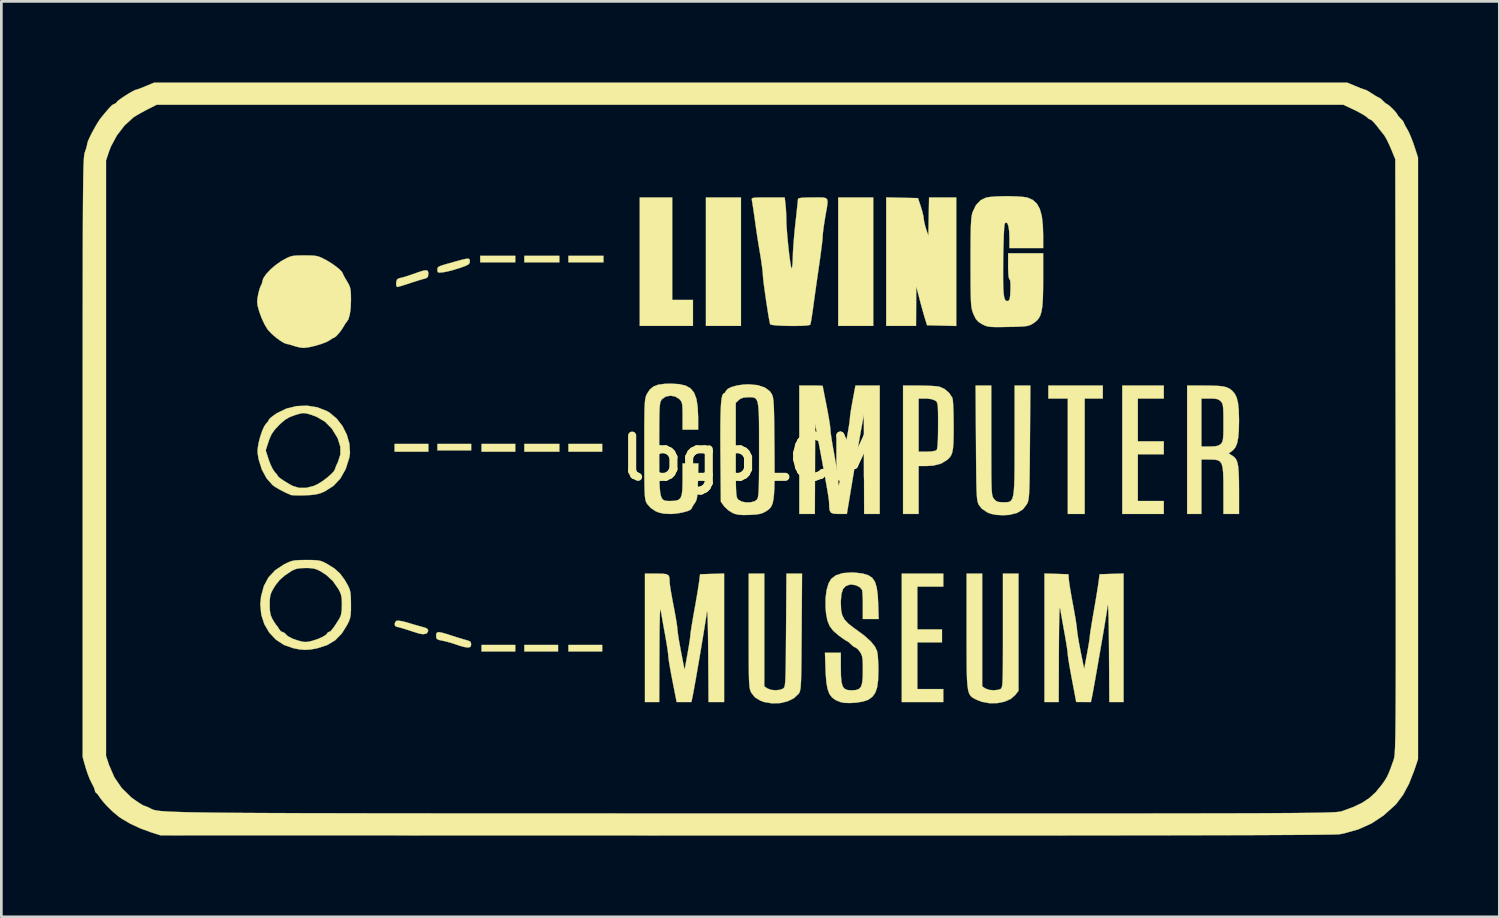
<source format=kicad_pcb>
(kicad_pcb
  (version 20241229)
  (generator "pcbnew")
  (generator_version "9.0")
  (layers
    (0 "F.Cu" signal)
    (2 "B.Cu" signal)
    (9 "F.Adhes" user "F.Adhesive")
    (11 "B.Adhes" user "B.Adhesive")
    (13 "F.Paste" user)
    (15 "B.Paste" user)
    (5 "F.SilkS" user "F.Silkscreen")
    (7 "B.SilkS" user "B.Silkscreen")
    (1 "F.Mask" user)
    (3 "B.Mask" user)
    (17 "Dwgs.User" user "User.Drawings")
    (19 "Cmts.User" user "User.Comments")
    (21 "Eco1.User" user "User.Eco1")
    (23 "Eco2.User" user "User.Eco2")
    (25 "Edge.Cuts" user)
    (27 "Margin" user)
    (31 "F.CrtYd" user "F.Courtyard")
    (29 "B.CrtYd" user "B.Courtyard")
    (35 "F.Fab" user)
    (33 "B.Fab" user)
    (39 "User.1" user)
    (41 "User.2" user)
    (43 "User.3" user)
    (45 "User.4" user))
  (footprint "logoLCM"
    (layer "F.Cu")
    (at 24.662 13.879)
    (property "Reference" "logoLCM" (at 0 0 0) (layer "F.SilkS") (effects (font (size 1.524 1.524) (thickness 0.3))))
    (attr through_hole)
    (fp_poly (pts (xy -11.885 -0.24) (xy -13.131 -0.24) (xy -13.131 -0.527) (xy -11.885 -0.527) (xy -11.885 -0.24)) (stroke (width 0.01) (type solid)) (fill yes) (layer "F.SilkS"))
    (fp_poly (pts (xy -10.304 -0.288) (xy -11.55 -0.288) (xy -11.55 -0.527) (xy -10.304 -0.527) (xy -10.304 -0.288)) (stroke (width 0.01) (type solid)) (fill yes) (layer "F.SilkS"))
    (fp_poly (pts (xy -8.674 -7.237) (xy -9.968 -7.237) (xy -9.968 -7.476) (xy -8.674 -7.476) (xy -8.674 -7.237)) (stroke (width 0.01) (type solid)) (fill yes) (layer "F.SilkS"))
    (fp_poly (pts (xy -8.674 -0.24) (xy -9.92 -0.24) (xy -9.92 -0.527) (xy -8.674 -0.527) (xy -8.674 -0.24)) (stroke (width 0.01) (type solid)) (fill yes) (layer "F.SilkS"))
    (fp_poly (pts (xy -8.674 7.141) (xy -9.92 7.141) (xy -9.92 6.901) (xy -8.674 6.901) (xy -8.674 7.141)) (stroke (width 0.01) (type solid)) (fill yes) (layer "F.SilkS"))
    (fp_poly (pts (xy -7.093 7.141) (xy -8.339 7.141) (xy -8.339 6.901) (xy -7.093 6.901) (xy -7.093 7.141)) (stroke (width 0.01) (type solid)) (fill yes) (layer "F.SilkS"))
    (fp_poly (pts (xy -7.045 -7.237) (xy -8.339 -7.237) (xy -8.339 -7.476) (xy -7.045 -7.476) (xy -7.045 -7.237)) (stroke (width 0.01) (type solid)) (fill yes) (layer "F.SilkS"))
    (fp_poly (pts (xy -7.045 -0.24) (xy -8.339 -0.24) (xy -8.339 -0.527) (xy -7.045 -0.527) (xy -7.045 -0.24)) (stroke (width 0.01) (type solid)) (fill yes) (layer "F.SilkS"))
    (fp_poly (pts (xy -5.463 -0.24) (xy -6.709 -0.24) (xy -6.709 -0.527) (xy -5.463 -0.527) (xy -5.463 -0.24)) (stroke (width 0.01) (type solid)) (fill yes) (layer "F.SilkS"))
    (fp_poly (pts (xy -5.463 7.141) (xy -6.709 7.141) (xy -6.709 6.901) (xy -5.463 6.901) (xy -5.463 7.141)) (stroke (width 0.01) (type solid)) (fill yes) (layer "F.SilkS"))
    (fp_poly (pts (xy -5.415 -7.237) (xy -6.709 -7.237) (xy -6.709 -7.476) (xy -5.415 -7.476) (xy -5.415 -7.237)) (stroke (width 0.01) (type solid)) (fill yes) (layer "F.SilkS"))
    (fp_poly (pts (xy -0.335 -4.888) (xy -1.629 -4.888) (xy -1.629 -9.633) (xy -0.335 -9.633) (xy -0.335 -4.888)) (stroke (width 0.01) (type solid)) (fill yes) (layer "F.SilkS"))
    (fp_poly (pts (xy 4.553 -4.888) (xy 3.259 -4.888) (xy 3.259 -9.633) (xy 4.553 -9.633) (xy 4.553 -4.888)) (stroke (width 0.01) (type solid)) (fill yes) (layer "F.SilkS"))
    (fp_poly (pts (xy -2.875 -5.847) (xy -2.109 -5.847) (xy -2.109 -4.888) (xy -4.074 -4.888) (xy -4.074 -9.633) (xy -2.875 -9.633) (xy -2.875 -5.847)) (stroke (width 0.01) (type solid)) (fill yes) (layer "F.SilkS"))
    (fp_poly (pts (xy 13.035 -2.205) (xy 12.365 -2.205) (xy 12.365 2.061) (xy 11.742 2.061) (xy 11.742 -2.205) (xy 11.023 -2.205) (xy 11.023 -2.684) (xy 13.035 -2.684) (xy 13.035 -2.205)) (stroke (width 0.01) (type solid)) (fill yes) (layer "F.SilkS"))
    (fp_poly (pts (xy 7.141 4.745) (xy 6.182 4.745) (xy 6.182 6.326) (xy 7.093 6.326) (xy 7.093 6.805) (xy 6.182 6.805) (xy 6.182 8.531) (xy 7.141 8.531) (xy 7.141 9.01) (xy 5.607 9.01) (xy 5.607 4.265) (xy 7.141 4.265) (xy 7.141 4.745)) (stroke (width 0.01) (type solid)) (fill yes) (layer "F.SilkS"))
    (fp_poly (pts (xy 15.288 -2.205) (xy 14.329 -2.205) (xy 14.329 -0.623) (xy 15.288 -0.623) (xy 15.288 -0.144) (xy 14.329 -0.144) (xy 14.329 1.582) (xy 15.288 1.582) (xy 15.288 2.061) (xy 13.754 2.061) (xy 13.754 -2.684) (xy 15.288 -2.684) (xy 15.288 -2.205)) (stroke (width 0.01) (type solid)) (fill yes) (layer "F.SilkS"))
    (fp_poly (pts (xy -12.83 6.03) (xy -12.659 6.075) (xy -12.454 6.137) (xy -12.246 6.197) (xy -12.11 6.233) (xy -11.971 6.276) (xy -11.906 6.32) (xy -11.893 6.381) (xy -11.895 6.393) (xy -11.948 6.479) (xy -12.073 6.504) (xy -12.197 6.486) (xy -12.288 6.461) (xy -12.439 6.413) (xy -12.619 6.354) (xy -12.641 6.347) (xy -12.817 6.291) (xy -12.964 6.249) (xy -13.053 6.231) (xy -13.06 6.23) (xy -13.116 6.195) (xy -13.129 6.117) (xy -13.097 6.038) (xy -13.054 6.006) (xy -12.972 6.005) (xy -12.83 6.03)) (stroke (width 0.01) (type solid)) (fill yes) (layer "F.SilkS"))
    (fp_poly (pts (xy -11.374 6.449) (xy -11.189 6.502) (xy -10.999 6.564) (xy -10.794 6.63) (xy -10.609 6.686) (xy -10.473 6.724) (xy -10.436 6.733) (xy -10.335 6.775) (xy -10.304 6.863) (xy -10.304 6.878) (xy -10.321 6.965) (xy -10.392 6.994) (xy -10.436 6.995) (xy -10.554 6.977) (xy -10.717 6.933) (xy -10.831 6.894) (xy -11.033 6.827) (xy -11.25 6.768) (xy -11.346 6.747) (xy -11.492 6.716) (xy -11.567 6.68) (xy -11.594 6.624) (xy -11.598 6.561) (xy -11.591 6.484) (xy -11.56 6.44) (xy -11.493 6.428) (xy -11.374 6.449)) (stroke (width 0.01) (type solid)) (fill yes) (layer "F.SilkS"))
    (fp_poly (pts (xy 5.619 -9.622) (xy 6.206 -9.609) (xy 6.311 -9.297) (xy 6.365 -9.116) (xy 6.404 -8.953) (xy 6.418 -8.851) (xy 6.436 -8.728) (xy 6.477 -8.562) (xy 6.506 -8.468) (xy 6.59 -8.219) (xy 6.603 -8.926) (xy 6.616 -9.633) (xy 7.62 -9.633) (xy 7.62 -4.885) (xy 7.081 -4.899) (xy 6.542 -4.912) (xy 6.459 -5.176) (xy 6.41 -5.344) (xy 6.347 -5.567) (xy 6.283 -5.805) (xy 6.26 -5.895) (xy 6.142 -6.35) (xy 6.138 -5.619) (xy 6.134 -4.888) (xy 5.032 -4.888) (xy 5.032 -9.636) (xy 5.619 -9.622)) (stroke (width 0.01) (type solid)) (fill yes) (layer "F.SilkS"))
    (fp_poly (pts (xy -11.904 -6.914) (xy -11.887 -6.849) (xy -11.885 -6.806) (xy -11.903 -6.698) (xy -11.973 -6.647) (xy -12.017 -6.635) (xy -12.121 -6.607) (xy -12.287 -6.557) (xy -12.485 -6.494) (xy -12.566 -6.466) (xy -12.755 -6.404) (xy -12.913 -6.356) (xy -13.014 -6.329) (xy -13.036 -6.326) (xy -13.07 -6.368) (xy -13.075 -6.477) (xy -13.074 -6.482) (xy -13.048 -6.595) (xy -12.983 -6.644) (xy -12.94 -6.653) (xy -12.84 -6.676) (xy -12.68 -6.724) (xy -12.49 -6.788) (xy -12.433 -6.808) (xy -12.203 -6.889) (xy -12.048 -6.934) (xy -11.953 -6.942) (xy -11.904 -6.914)) (stroke (width 0.01) (type solid)) (fill yes) (layer "F.SilkS"))
    (fp_poly (pts (xy -10.362 -7.343) (xy -10.352 -7.287) (xy -10.352 -7.267) (xy -10.363 -7.207) (xy -10.408 -7.157) (xy -10.506 -7.107) (xy -10.674 -7.045) (xy -10.723 -7.028) (xy -10.934 -6.963) (xy -11.143 -6.907) (xy -11.309 -6.873) (xy -11.322 -6.871) (xy -11.459 -6.856) (xy -11.526 -6.865) (xy -11.548 -6.908) (xy -11.55 -6.959) (xy -11.549 -7.006) (xy -11.538 -7.042) (xy -11.504 -7.073) (xy -11.432 -7.106) (xy -11.31 -7.146) (xy -11.123 -7.2) (xy -10.86 -7.273) (xy -10.831 -7.281) (xy -10.617 -7.339) (xy -10.478 -7.369) (xy -10.398 -7.37) (xy -10.362 -7.343)) (stroke (width 0.01) (type solid)) (fill yes) (layer "F.SilkS"))
    (fp_poly (pts (xy 8.578 8.429) (xy 8.685 8.504) (xy 8.825 8.559) (xy 9.005 8.577) (xy 9.179 8.557) (xy 9.253 8.529) (xy 9.275 8.514) (xy 9.293 8.489) (xy 9.308 8.446) (xy 9.32 8.375) (xy 9.329 8.27) (xy 9.335 8.12) (xy 9.34 7.918) (xy 9.343 7.655) (xy 9.344 7.322) (xy 9.345 6.911) (xy 9.345 6.413) (xy 9.345 6.372) (xy 9.345 4.265) (xy 9.92 4.265) (xy 9.92 8.593) (xy 9.802 8.749) (xy 9.636 8.894) (xy 9.406 8.996) (xy 9.137 9.05) (xy 8.852 9.054) (xy 8.574 9.004) (xy 8.411 8.943) (xy 8.318 8.899) (xy 8.241 8.858) (xy 8.177 8.811) (xy 8.126 8.75) (xy 8.086 8.666) (xy 8.056 8.55) (xy 8.034 8.394) (xy 8.019 8.19) (xy 8.01 7.929) (xy 8.005 7.603) (xy 8.004 7.203) (xy 8.003 6.72) (xy 8.003 6.394) (xy 8.003 4.265) (xy 8.578 4.265) (xy 8.578 8.429)) (stroke (width 0.01) (type solid)) (fill yes) (layer "F.SilkS"))
    (fp_poly (pts (xy 0.527 8.429) (xy 0.634 8.504) (xy 0.773 8.559) (xy 0.951 8.576) (xy 1.122 8.555) (xy 1.225 8.511) (xy 1.247 8.491) (xy 1.266 8.461) (xy 1.281 8.413) (xy 1.293 8.338) (xy 1.303 8.227) (xy 1.311 8.072) (xy 1.316 7.863) (xy 1.321 7.593) (xy 1.325 7.253) (xy 1.328 6.834) (xy 1.332 6.354) (xy 1.346 4.265) (xy 1.922 4.265) (xy 1.908 6.418) (xy 1.904 6.929) (xy 1.901 7.353) (xy 1.897 7.698) (xy 1.892 7.974) (xy 1.886 8.19) (xy 1.878 8.353) (xy 1.869 8.473) (xy 1.856 8.559) (xy 1.841 8.62) (xy 1.823 8.663) (xy 1.8 8.699) (xy 1.794 8.707) (xy 1.621 8.869) (xy 1.384 8.985) (xy 1.107 9.05) (xy 0.813 9.059) (xy 0.524 9.01) (xy 0.379 8.957) (xy 0.179 8.834) (xy 0.055 8.677) (xy 0.03 8.631) (xy 0.01 8.582) (xy -0.006 8.521) (xy -0.019 8.44) (xy -0.029 8.329) (xy -0.037 8.179) (xy -0.042 7.981) (xy -0.045 7.726) (xy -0.047 7.405) (xy -0.048 7.008) (xy -0.048 6.527) (xy -0.048 6.379) (xy -0.048 4.265) (xy 0.527 4.265) (xy 0.527 8.429)) (stroke (width 0.01) (type solid)) (fill yes) (layer "F.SilkS"))
    (fp_poly (pts (xy 6.242 -2.683) (xy 6.488 -2.679) (xy 6.714 -2.67) (xy 6.895 -2.657) (xy 7 -2.642) (xy 7.184 -2.559) (xy 7.354 -2.415) (xy 7.47 -2.242) (xy 7.479 -2.22) (xy 7.494 -2.136) (xy 7.506 -1.974) (xy 7.516 -1.75) (xy 7.522 -1.483) (xy 7.524 -1.193) (xy 7.523 -0.843) (xy 7.516 -0.575) (xy 7.501 -0.375) (xy 7.476 -0.227) (xy 7.438 -0.119) (xy 7.384 -0.034) (xy 7.311 0.04) (xy 7.282 0.065) (xy 7.057 0.201) (xy 6.778 0.273) (xy 6.543 0.288) (xy 6.23 0.288) (xy 6.23 2.061) (xy 5.655 2.061) (xy 5.655 -2.205) (xy 6.23 -2.205) (xy 6.23 -0.24) (xy 6.532 -0.24) (xy 6.706 -0.248) (xy 6.837 -0.272) (xy 6.892 -0.297) (xy 6.915 -0.358) (xy 6.932 -0.493) (xy 6.943 -0.708) (xy 6.948 -1.008) (xy 6.949 -1.205) (xy 6.949 -1.51) (xy 6.946 -1.733) (xy 6.94 -1.889) (xy 6.928 -1.992) (xy 6.91 -2.057) (xy 6.883 -2.097) (xy 6.845 -2.128) (xy 6.843 -2.13) (xy 6.717 -2.179) (xy 6.536 -2.203) (xy 6.483 -2.205) (xy 6.23 -2.205) (xy 5.655 -2.205) (xy 5.655 -2.684) (xy 6.242 -2.683)) (stroke (width 0.01) (type solid)) (fill yes) (layer "F.SilkS"))
    (fp_poly (pts (xy 8.914 -0.653) (xy 8.914 -0.159) (xy 8.915 0.249) (xy 8.916 0.579) (xy 8.919 0.84) (xy 8.924 1.041) (xy 8.931 1.192) (xy 8.941 1.301) (xy 8.953 1.378) (xy 8.969 1.431) (xy 8.989 1.47) (xy 9.013 1.503) (xy 9.088 1.58) (xy 9.179 1.617) (xy 9.321 1.629) (xy 9.367 1.629) (xy 9.461 1.629) (xy 9.539 1.622) (xy 9.603 1.602) (xy 9.655 1.559) (xy 9.695 1.486) (xy 9.725 1.376) (xy 9.747 1.219) (xy 9.761 1.008) (xy 9.77 0.736) (xy 9.775 0.394) (xy 9.776 -0.026) (xy 9.777 -0.531) (xy 9.777 -0.69) (xy 9.777 -2.684) (xy 10.358 -2.684) (xy 10.343 -0.587) (xy 10.339 -0.082) (xy 10.335 0.336) (xy 10.331 0.677) (xy 10.326 0.949) (xy 10.319 1.162) (xy 10.311 1.324) (xy 10.3 1.446) (xy 10.287 1.536) (xy 10.271 1.603) (xy 10.251 1.656) (xy 10.232 1.695) (xy 10.082 1.892) (xy 9.865 2.024) (xy 9.579 2.095) (xy 9.346 2.108) (xy 9.092 2.095) (xy 8.894 2.054) (xy 8.77 2.005) (xy 8.562 1.864) (xy 8.459 1.731) (xy 8.436 1.685) (xy 8.417 1.633) (xy 8.401 1.566) (xy 8.388 1.475) (xy 8.378 1.349) (xy 8.371 1.182) (xy 8.364 0.963) (xy 8.36 0.683) (xy 8.356 0.334) (xy 8.352 -0.093) (xy 8.349 -0.563) (xy 8.335 -2.684) (xy 8.914 -2.684) (xy 8.914 -0.653)) (stroke (width 0.01) (type solid)) (fill yes) (layer "F.SilkS"))
    (fp_poly (pts (xy 16.738 -2.683) (xy 17.059 -2.68) (xy 17.301 -2.671) (xy 17.48 -2.651) (xy 17.612 -2.619) (xy 17.714 -2.571) (xy 17.803 -2.505) (xy 17.809 -2.499) (xy 17.91 -2.385) (xy 17.982 -2.239) (xy 18.03 -2.046) (xy 18.058 -1.791) (xy 18.067 -1.458) (xy 18.068 -1.393) (xy 18.061 -1.035) (xy 18.038 -0.759) (xy 17.998 -0.552) (xy 17.936 -0.403) (xy 17.85 -0.298) (xy 17.822 -0.276) (xy 17.686 -0.175) (xy 17.823 -0.092) (xy 17.902 -0.032) (xy 17.963 0.046) (xy 18.007 0.156) (xy 18.037 0.31) (xy 18.055 0.521) (xy 18.065 0.802) (xy 18.068 1.165) (xy 18.068 1.181) (xy 18.068 2.061) (xy 17.492 2.061) (xy 17.492 1.195) (xy 17.491 0.835) (xy 17.483 0.56) (xy 17.464 0.358) (xy 17.428 0.217) (xy 17.371 0.128) (xy 17.287 0.077) (xy 17.172 0.055) (xy 17.019 0.049) (xy 16.977 0.049) (xy 16.678 0.048) (xy 16.678 2.061) (xy 16.151 2.061) (xy 16.151 -2.205) (xy 16.678 -2.205) (xy 16.678 -0.431) (xy 16.989 -0.431) (xy 17.177 -0.438) (xy 17.299 -0.463) (xy 17.381 -0.513) (xy 17.397 -0.527) (xy 17.435 -0.573) (xy 17.461 -0.634) (xy 17.478 -0.725) (xy 17.488 -0.864) (xy 17.492 -1.068) (xy 17.492 -1.309) (xy 17.491 -1.582) (xy 17.487 -1.776) (xy 17.476 -1.909) (xy 17.458 -1.997) (xy 17.43 -2.056) (xy 17.395 -2.1) (xy 17.322 -2.159) (xy 17.225 -2.191) (xy 17.076 -2.204) (xy 16.987 -2.205) (xy 16.678 -2.205) (xy 16.151 -2.205) (xy 16.151 -2.684) (xy 16.738 -2.683)) (stroke (width 0.01) (type solid)) (fill yes) (layer "F.SilkS"))
    (fp_poly (pts (xy -16.239 -7.49) (xy -16.079 -7.48) (xy -15.955 -7.455) (xy -15.836 -7.409) (xy -15.692 -7.336) (xy -15.671 -7.325) (xy -15.488 -7.217) (xy -15.316 -7.097) (xy -15.172 -6.981) (xy -15.077 -6.884) (xy -15.048 -6.827) (xy -15.025 -6.771) (xy -14.964 -6.659) (xy -14.897 -6.547) (xy -14.826 -6.425) (xy -14.782 -6.319) (xy -14.757 -6.202) (xy -14.747 -6.044) (xy -14.744 -5.843) (xy -14.755 -5.546) (xy -14.789 -5.301) (xy -14.842 -5.124) (xy -14.907 -5.032) (xy -14.95 -4.977) (xy -15.011 -4.875) (xy -15.017 -4.864) (xy -15.092 -4.744) (xy -15.187 -4.62) (xy -15.28 -4.517) (xy -15.349 -4.461) (xy -15.362 -4.457) (xy -15.418 -4.432) (xy -15.516 -4.369) (xy -15.537 -4.354) (xy -15.673 -4.283) (xy -15.869 -4.21) (xy -16.093 -4.145) (xy -16.309 -4.097) (xy -16.485 -4.076) (xy -16.507 -4.076) (xy -16.65 -4.094) (xy -16.814 -4.136) (xy -16.845 -4.147) (xy -16.98 -4.19) (xy -17.081 -4.215) (xy -17.099 -4.217) (xy -17.204 -4.25) (xy -17.35 -4.336) (xy -17.514 -4.457) (xy -17.673 -4.595) (xy -17.803 -4.732) (xy -17.835 -4.774) (xy -17.942 -4.953) (xy -18.045 -5.176) (xy -18.132 -5.411) (xy -18.192 -5.626) (xy -18.211 -5.779) (xy -18.199 -5.909) (xy -18.168 -6.071) (xy -18.128 -6.231) (xy -18.085 -6.353) (xy -18.061 -6.396) (xy -18.025 -6.48) (xy -18.02 -6.527) (xy -17.981 -6.649) (xy -17.876 -6.802) (xy -17.721 -6.969) (xy -17.532 -7.133) (xy -17.327 -7.277) (xy -17.264 -7.314) (xy -17.114 -7.395) (xy -16.995 -7.447) (xy -16.878 -7.476) (xy -16.733 -7.489) (xy -16.53 -7.492) (xy -16.464 -7.492) (xy -16.239 -7.49)) (stroke (width 0.01) (type solid)) (fill yes) (layer "F.SilkS"))
    (fp_poly (pts (xy 2.442 -2.683) (xy 2.59 -2.679) (xy 2.673 -2.674) (xy 2.684 -2.672) (xy 2.693 -2.623) (xy 2.717 -2.497) (xy 2.754 -2.31) (xy 2.8 -2.078) (xy 2.827 -1.941) (xy 2.877 -1.677) (xy 2.92 -1.433) (xy 2.951 -1.232) (xy 2.968 -1.093) (xy 2.97 -1.059) (xy 2.979 -0.95) (xy 3.004 -0.772) (xy 3.039 -0.546) (xy 3.083 -0.298) (xy 3.089 -0.268) (xy 3.137 0.003) (xy 3.182 0.276) (xy 3.218 0.518) (xy 3.24 0.695) (xy 3.275 1.03) (xy 3.337 0.767) (xy 3.377 0.567) (xy 3.413 0.334) (xy 3.43 0.192) (xy 3.451 0.02) (xy 3.485 -0.215) (xy 3.529 -0.48) (xy 3.575 -0.731) (xy 3.619 -0.973) (xy 3.655 -1.19) (xy 3.68 -1.361) (xy 3.69 -1.462) (xy 3.69 -1.467) (xy 3.699 -1.563) (xy 3.722 -1.728) (xy 3.757 -1.939) (xy 3.793 -2.137) (xy 3.896 -2.684) (xy 4.792 -2.684) (xy 4.792 2.061) (xy 4.217 2.061) (xy 4.212 0.228) (xy 4.206 -1.605) (xy 4.118 -1.126) (xy 4.08 -0.919) (xy 4.035 -0.662) (xy 3.981 -0.349) (xy 3.917 0.029) (xy 3.841 0.479) (xy 3.753 1.009) (xy 3.66 1.57) (xy 3.578 2.061) (xy 3.28 2.061) (xy 3.104 2.054) (xy 2.998 2.019) (xy 2.944 1.938) (xy 2.926 1.791) (xy 2.924 1.68) (xy 2.921 1.62) (xy 2.912 1.533) (xy 2.895 1.411) (xy 2.868 1.246) (xy 2.831 1.029) (xy 2.782 0.753) (xy 2.719 0.41) (xy 2.642 -0.01) (xy 2.548 -0.514) (xy 2.523 -0.647) (xy 2.407 -1.27) (xy 2.402 0.395) (xy 2.396 2.061) (xy 1.821 2.061) (xy 1.821 -2.684) (xy 2.252 -2.684) (xy 2.442 -2.683)) (stroke (width 0.01) (type solid)) (fill yes) (layer "F.SilkS"))
    (fp_poly (pts (xy -0.958 9.01) (xy -1.532 9.01) (xy -1.545 7.201) (xy -1.549 6.762) (xy -1.554 6.388) (xy -1.561 6.085) (xy -1.568 5.858) (xy -1.576 5.711) (xy -1.585 5.651) (xy -1.594 5.679) (xy -1.614 5.825) (xy -1.649 6.05) (xy -1.695 6.334) (xy -1.749 6.663) (xy -1.808 7.019) (xy -1.87 7.386) (xy -1.932 7.746) (xy -1.99 8.083) (xy -2.043 8.38) (xy -2.087 8.62) (xy -2.118 8.782) (xy -2.165 9.01) (xy -2.711 9.01) (xy -2.865 8.229) (xy -2.917 7.957) (xy -2.962 7.708) (xy -2.996 7.503) (xy -3.015 7.359) (xy -3.019 7.309) (xy -3.028 7.211) (xy -3.051 7.042) (xy -3.086 6.822) (xy -3.129 6.575) (xy -3.139 6.52) (xy -3.187 6.255) (xy -3.233 5.998) (xy -3.271 5.777) (xy -3.298 5.62) (xy -3.3 5.607) (xy -3.312 5.573) (xy -3.322 5.629) (xy -3.33 5.776) (xy -3.337 6.015) (xy -3.343 6.348) (xy -3.346 6.774) (xy -3.348 7.177) (xy -3.355 9.01) (xy -3.882 9.01) (xy -3.882 4.265) (xy -3.456 4.265) (xy -3.237 4.268) (xy -3.096 4.285) (xy -3.017 4.325) (xy -2.981 4.4) (xy -2.971 4.522) (xy -2.971 4.569) (xy -2.962 4.669) (xy -2.937 4.841) (xy -2.898 5.066) (xy -2.851 5.322) (xy -2.828 5.439) (xy -2.778 5.704) (xy -2.734 5.949) (xy -2.702 6.151) (xy -2.684 6.291) (xy -2.682 6.326) (xy -2.671 6.434) (xy -2.645 6.614) (xy -2.607 6.841) (xy -2.56 7.094) (xy -2.548 7.159) (xy -2.418 7.824) (xy -2.31 7.231) (xy -2.269 6.995) (xy -2.235 6.788) (xy -2.213 6.63) (xy -2.204 6.544) (xy -2.204 6.542) (xy -2.197 6.464) (xy -2.174 6.31) (xy -2.14 6.098) (xy -2.097 5.845) (xy -2.063 5.655) (xy -2.011 5.366) (xy -1.963 5.086) (xy -1.922 4.839) (xy -1.893 4.65) (xy -1.882 4.577) (xy -1.845 4.289) (xy -1.402 4.275) (xy -0.958 4.262) (xy -0.958 9.01)) (stroke (width 0.01) (type solid)) (fill yes) (layer "F.SilkS"))
    (fp_poly (pts (xy 13.802 9.01) (xy 13.276 9.01) (xy 13.264 7.081) (xy 13.26 6.637) (xy 13.255 6.252) (xy 13.249 5.933) (xy 13.242 5.685) (xy 13.234 5.513) (xy 13.226 5.425) (xy 13.218 5.425) (xy 13.215 5.439) (xy 13.195 5.585) (xy 13.161 5.802) (xy 13.118 6.067) (xy 13.07 6.356) (xy 13.038 6.542) (xy 12.981 6.869) (xy 12.92 7.221) (xy 12.861 7.561) (xy 12.81 7.855) (xy 12.793 7.955) (xy 12.748 8.209) (xy 12.705 8.45) (xy 12.668 8.652) (xy 12.643 8.782) (xy 12.596 9.01) (xy 12.325 9.01) (xy 12.053 9.009) (xy 11.896 8.183) (xy 11.844 7.905) (xy 11.8 7.654) (xy 11.766 7.446) (xy 11.745 7.299) (xy 11.74 7.239) (xy 11.732 7.15) (xy 11.709 6.988) (xy 11.675 6.775) (xy 11.633 6.531) (xy 11.622 6.473) (xy 11.574 6.207) (xy 11.528 5.95) (xy 11.489 5.729) (xy 11.463 5.572) (xy 11.461 5.559) (xy 11.449 5.526) (xy 11.439 5.583) (xy 11.43 5.732) (xy 11.424 5.974) (xy 11.418 6.308) (xy 11.414 6.738) (xy 11.412 7.153) (xy 11.406 9.01) (xy 10.879 9.01) (xy 10.879 4.262) (xy 11.322 4.275) (xy 11.765 4.289) (xy 11.779 4.481) (xy 11.793 4.595) (xy 11.821 4.781) (xy 11.861 5.018) (xy 11.909 5.283) (xy 11.935 5.421) (xy 11.984 5.69) (xy 12.027 5.938) (xy 12.059 6.145) (xy 12.078 6.288) (xy 12.081 6.331) (xy 12.092 6.438) (xy 12.119 6.616) (xy 12.158 6.841) (xy 12.205 7.091) (xy 12.215 7.141) (xy 12.346 7.788) (xy 12.451 7.232) (xy 12.492 7.005) (xy 12.526 6.806) (xy 12.548 6.657) (xy 12.555 6.585) (xy 12.563 6.509) (xy 12.585 6.357) (xy 12.619 6.145) (xy 12.661 5.891) (xy 12.698 5.679) (xy 12.749 5.386) (xy 12.796 5.103) (xy 12.837 4.853) (xy 12.867 4.66) (xy 12.879 4.577) (xy 12.916 4.289) (xy 13.359 4.275) (xy 13.802 4.262) (xy 13.802 9.01)) (stroke (width 0.01) (type solid)) (fill yes) (layer "F.SilkS"))
    (fp_poly (pts (xy -15.984 -1.879) (xy -15.633 -1.74) (xy -15.536 -1.683) (xy -15.274 -1.465) (xy -15.058 -1.187) (xy -14.898 -0.869) (xy -14.802 -0.534) (xy -14.781 -0.202) (xy -14.806 -0.019) (xy -14.939 0.401) (xy -15.134 0.748) (xy -15.391 1.024) (xy -15.713 1.228) (xy -15.719 1.231) (xy -15.875 1.296) (xy -16.033 1.337) (xy -16.224 1.361) (xy -16.438 1.372) (xy -16.644 1.376) (xy -16.818 1.373) (xy -16.935 1.365) (xy -16.965 1.359) (xy -17.176 1.265) (xy -17.382 1.159) (xy -17.553 1.057) (xy -17.64 0.994) (xy -17.863 0.742) (xy -18.037 0.42) (xy -18.155 0.045) (xy -18.194 -0.192) (xy -18.193 -0.288) (xy -17.895 -0.288) (xy -17.784 0.055) (xy -17.714 0.241) (xy -17.634 0.404) (xy -17.562 0.51) (xy -17.559 0.513) (xy -17.481 0.6) (xy -17.445 0.658) (xy -17.444 0.661) (xy -17.406 0.705) (xy -17.305 0.78) (xy -17.163 0.872) (xy -17.001 0.969) (xy -16.893 1.027) (xy -16.662 1.097) (xy -16.395 1.096) (xy -16.119 1.026) (xy -15.963 0.953) (xy -15.799 0.85) (xy -15.635 0.728) (xy -15.49 0.603) (xy -15.384 0.494) (xy -15.337 0.417) (xy -15.337 0.411) (xy -15.316 0.345) (xy -15.266 0.226) (xy -15.228 0.147) (xy -15.137 -0.132) (xy -15.136 -0.416) (xy -15.228 -0.715) (xy -15.252 -0.767) (xy -15.455 -1.097) (xy -15.705 -1.349) (xy -16.014 -1.53) (xy -16.218 -1.605) (xy -16.371 -1.649) (xy -16.482 -1.666) (xy -16.589 -1.656) (xy -16.73 -1.617) (xy -16.82 -1.589) (xy -17.015 -1.515) (xy -17.175 -1.422) (xy -17.337 -1.285) (xy -17.411 -1.213) (xy -17.571 -1.041) (xy -17.677 -0.887) (xy -17.756 -0.711) (xy -17.79 -0.613) (xy -17.895 -0.288) (xy -18.193 -0.288) (xy -18.191 -0.352) (xy -18.158 -0.558) (xy -18.101 -0.781) (xy -18.03 -0.994) (xy -17.953 -1.169) (xy -17.878 -1.279) (xy -17.873 -1.284) (xy -17.802 -1.364) (xy -17.78 -1.417) (xy -17.742 -1.467) (xy -17.643 -1.549) (xy -17.502 -1.648) (xy -17.48 -1.662) (xy -17.133 -1.831) (xy -16.754 -1.924) (xy -16.364 -1.94) (xy -15.984 -1.879)) (stroke (width 0.01) (type solid)) (fill yes) (layer "F.SilkS"))
    (fp_poly (pts (xy 0.285 -2.698) (xy 0.543 -2.613) (xy 0.729 -2.477) (xy 0.788 -2.396) (xy 0.814 -2.348) (xy 0.835 -2.294) (xy 0.851 -2.225) (xy 0.865 -2.129) (xy 0.875 -1.997) (xy 0.883 -1.818) (xy 0.889 -1.584) (xy 0.894 -1.284) (xy 0.898 -0.907) (xy 0.902 -0.455) (xy 0.906 0.064) (xy 0.907 0.496) (xy 0.905 0.85) (xy 0.898 1.135) (xy 0.884 1.359) (xy 0.864 1.533) (xy 0.836 1.664) (xy 0.798 1.762) (xy 0.75 1.836) (xy 0.691 1.893) (xy 0.619 1.945) (xy 0.607 1.952) (xy 0.493 2.017) (xy 0.376 2.057) (xy 0.228 2.081) (xy 0.018 2.094) (xy -0.024 2.096) (xy -0.257 2.1) (xy -0.423 2.089) (xy -0.554 2.06) (xy -0.652 2.02) (xy -0.805 1.923) (xy -0.939 1.797) (xy -0.963 1.767) (xy -1.078 1.605) (xy -1.093 -0.192) (xy -1.096 -0.729) (xy -1.095 -1.178) (xy -1.09 -1.544) (xy -1.081 -1.835) (xy -1.068 -2.044) (xy -0.527 -2.044) (xy -0.527 -0.303) (xy -0.527 0.152) (xy -0.526 0.52) (xy -0.524 0.813) (xy -0.52 1.038) (xy -0.514 1.207) (xy -0.505 1.328) (xy -0.493 1.411) (xy -0.477 1.467) (xy -0.457 1.504) (xy -0.432 1.533) (xy -0.431 1.534) (xy -0.308 1.604) (xy -0.142 1.635) (xy 0.033 1.629) (xy 0.183 1.585) (xy 0.261 1.523) (xy 0.281 1.483) (xy 0.297 1.422) (xy 0.31 1.328) (xy 0.319 1.193) (xy 0.326 1.007) (xy 0.331 0.761) (xy 0.334 0.445) (xy 0.335 0.05) (xy 0.335 -0.3) (xy 0.335 -0.783) (xy 0.334 -1.18) (xy 0.33 -1.498) (xy 0.32 -1.745) (xy 0.304 -1.932) (xy 0.28 -2.066) (xy 0.246 -2.157) (xy 0.2 -2.212) (xy 0.14 -2.24) (xy 0.064 -2.251) (xy -0.028 -2.253) (xy -0.062 -2.252) (xy -0.242 -2.238) (xy -0.364 -2.19) (xy -0.416 -2.148) (xy -0.527 -2.044) (xy -1.068 -2.044) (xy -1.067 -2.057) (xy -1.047 -2.218) (xy -1.022 -2.323) (xy -0.991 -2.38) (xy -0.955 -2.396) (xy -0.912 -2.436) (xy -0.887 -2.489) (xy -0.818 -2.565) (xy -0.675 -2.632) (xy -0.477 -2.686) (xy -0.247 -2.72) (xy -0.041 -2.729) (xy 0.285 -2.698)) (stroke (width 0.01) (type solid)) (fill yes) (layer "F.SilkS"))
    (fp_poly (pts (xy 9.852 -9.671) (xy 10.075 -9.656) (xy 10.234 -9.633) (xy 10.259 -9.626) (xy 10.451 -9.54) (xy 10.6 -9.403) (xy 10.708 -9.208) (xy 10.781 -8.945) (xy 10.82 -8.606) (xy 10.831 -8.235) (xy 10.831 -7.764) (xy 9.585 -7.764) (xy 9.585 -8.162) (xy 9.575 -8.393) (xy 9.549 -8.568) (xy 9.51 -8.678) (xy 9.461 -8.711) (xy 9.413 -8.67) (xy 9.4 -8.605) (xy 9.388 -8.458) (xy 9.377 -8.242) (xy 9.368 -7.971) (xy 9.36 -7.656) (xy 9.354 -7.331) (xy 9.351 -6.898) (xy 9.352 -6.551) (xy 9.358 -6.283) (xy 9.371 -6.085) (xy 9.392 -5.946) (xy 9.421 -5.859) (xy 9.46 -5.816) (xy 9.509 -5.806) (xy 9.525 -5.808) (xy 9.568 -5.83) (xy 9.595 -5.891) (xy 9.612 -6.008) (xy 9.622 -6.202) (xy 9.623 -6.219) (xy 9.624 -6.431) (xy 9.612 -6.566) (xy 9.587 -6.614) (xy 9.587 -6.614) (xy 9.562 -6.66) (xy 9.546 -6.792) (xy 9.538 -7.002) (xy 9.537 -7.093) (xy 9.537 -7.572) (xy 10.831 -7.572) (xy 10.831 -6.598) (xy 10.828 -6.188) (xy 10.819 -5.862) (xy 10.8 -5.607) (xy 10.768 -5.412) (xy 10.722 -5.264) (xy 10.658 -5.151) (xy 10.575 -5.062) (xy 10.485 -4.995) (xy 10.406 -4.946) (xy 10.331 -4.91) (xy 10.242 -4.886) (xy 10.122 -4.87) (xy 9.952 -4.86) (xy 9.714 -4.853) (xy 9.541 -4.85) (xy 9.255 -4.845) (xy 9.046 -4.845) (xy 8.897 -4.851) (xy 8.788 -4.866) (xy 8.701 -4.891) (xy 8.618 -4.929) (xy 8.578 -4.949) (xy 8.439 -5.037) (xy 8.345 -5.142) (xy 8.265 -5.302) (xy 8.256 -5.323) (xy 8.228 -5.396) (xy 8.205 -5.469) (xy 8.187 -5.552) (xy 8.173 -5.657) (xy 8.164 -5.794) (xy 8.157 -5.975) (xy 8.153 -6.21) (xy 8.15 -6.511) (xy 8.149 -6.889) (xy 8.149 -7.223) (xy 8.149 -7.68) (xy 8.151 -8.051) (xy 8.154 -8.348) (xy 8.161 -8.58) (xy 8.17 -8.759) (xy 8.182 -8.894) (xy 8.198 -8.996) (xy 8.219 -9.077) (xy 8.224 -9.092) (xy 8.35 -9.353) (xy 8.526 -9.534) (xy 8.718 -9.626) (xy 8.86 -9.651) (xy 9.07 -9.669) (xy 9.323 -9.678) (xy 9.593 -9.679) (xy 9.852 -9.671)) (stroke (width 0.01) (type solid)) (fill yes) (layer "F.SilkS"))
    (fp_poly (pts (xy -2.618 -2.736) (xy -2.378 -2.681) (xy -2.196 -2.578) (xy -2.066 -2.419) (xy -1.981 -2.196) (xy -1.934 -1.898) (xy -1.917 -1.518) (xy -1.917 -1.455) (xy -1.917 -1.054) (xy -2.492 -1.054) (xy -2.492 -1.56) (xy -2.494 -1.788) (xy -2.501 -1.942) (xy -2.518 -2.042) (xy -2.549 -2.111) (xy -2.597 -2.17) (xy -2.61 -2.183) (xy -2.762 -2.278) (xy -2.941 -2.309) (xy -3.115 -2.276) (xy -3.251 -2.18) (xy -3.255 -2.174) (xy -3.282 -2.137) (xy -3.303 -2.095) (xy -3.32 -2.036) (xy -3.332 -1.95) (xy -3.342 -1.829) (xy -3.348 -1.661) (xy -3.352 -1.436) (xy -3.354 -1.145) (xy -3.355 -0.777) (xy -3.355 -0.372) (xy -3.355 0.111) (xy -3.353 0.508) (xy -3.348 0.826) (xy -3.337 1.074) (xy -3.32 1.26) (xy -3.293 1.395) (xy -3.256 1.485) (xy -3.206 1.54) (xy -3.141 1.569) (xy -3.061 1.58) (xy -2.961 1.582) (xy -2.937 1.582) (xy -2.772 1.575) (xy -2.654 1.545) (xy -2.574 1.48) (xy -2.526 1.365) (xy -2.501 1.187) (xy -2.493 0.933) (xy -2.492 0.791) (xy -2.492 0.192) (xy -1.908 0.192) (xy -1.924 0.859) (xy -1.932 1.13) (xy -1.943 1.323) (xy -1.958 1.457) (xy -1.982 1.551) (xy -2.016 1.623) (xy -2.049 1.671) (xy -2.119 1.776) (xy -2.155 1.849) (xy -2.157 1.858) (xy -2.201 1.907) (xy -2.317 1.958) (xy -2.484 2.004) (xy -2.677 2.04) (xy -2.875 2.059) (xy -2.949 2.061) (xy -3.185 2.049) (xy -3.369 2.009) (xy -3.499 1.953) (xy -3.672 1.835) (xy -3.801 1.691) (xy -3.809 1.677) (xy -3.834 1.631) (xy -3.854 1.579) (xy -3.87 1.511) (xy -3.882 1.419) (xy -3.891 1.291) (xy -3.898 1.119) (xy -3.902 0.893) (xy -3.904 0.602) (xy -3.906 0.237) (xy -3.906 -0.211) (xy -3.906 -0.335) (xy -3.906 -0.807) (xy -3.905 -1.192) (xy -3.902 -1.501) (xy -3.899 -1.743) (xy -3.893 -1.93) (xy -3.884 -2.07) (xy -3.872 -2.173) (xy -3.857 -2.25) (xy -3.838 -2.31) (xy -3.814 -2.363) (xy -3.81 -2.371) (xy -3.705 -2.534) (xy -3.572 -2.646) (xy -3.392 -2.715) (xy -3.149 -2.748) (xy -2.923 -2.754) (xy -2.618 -2.736)) (stroke (width 0.01) (type solid)) (fill yes) (layer "F.SilkS"))
    (fp_poly (pts (xy 3.896 4.23) (xy 4.162 4.262) (xy 4.365 4.322) (xy 4.514 4.42) (xy 4.617 4.569) (xy 4.682 4.78) (xy 4.72 5.065) (xy 4.735 5.356) (xy 4.754 5.943) (xy 4.169 5.943) (xy 4.169 5.443) (xy 4.167 5.227) (xy 4.159 5.042) (xy 4.148 4.911) (xy 4.14 4.866) (xy 4.057 4.767) (xy 3.915 4.696) (xy 3.751 4.668) (xy 3.673 4.675) (xy 3.532 4.729) (xy 3.436 4.837) (xy 3.379 5.011) (xy 3.356 5.262) (xy 3.355 5.352) (xy 3.365 5.603) (xy 3.405 5.798) (xy 3.489 5.959) (xy 3.628 6.11) (xy 3.836 6.272) (xy 3.91 6.324) (xy 4.23 6.561) (xy 4.464 6.772) (xy 4.618 6.964) (xy 4.695 7.131) (xy 4.715 7.252) (xy 4.731 7.44) (xy 4.742 7.668) (xy 4.744 7.853) (xy 4.733 8.198) (xy 4.697 8.464) (xy 4.631 8.662) (xy 4.529 8.808) (xy 4.387 8.914) (xy 4.343 8.937) (xy 4.169 8.993) (xy 3.942 9.031) (xy 3.7 9.047) (xy 3.481 9.04) (xy 3.351 9.014) (xy 3.17 8.941) (xy 3.033 8.844) (xy 2.933 8.711) (xy 2.865 8.527) (xy 2.821 8.28) (xy 2.796 7.955) (xy 2.791 7.824) (xy 2.769 7.189) (xy 3.355 7.189) (xy 3.355 7.744) (xy 3.36 8.049) (xy 3.38 8.271) (xy 3.421 8.422) (xy 3.488 8.515) (xy 3.587 8.563) (xy 3.725 8.578) (xy 3.747 8.578) (xy 3.909 8.568) (xy 4.024 8.528) (xy 4.1 8.445) (xy 4.144 8.305) (xy 4.165 8.096) (xy 4.169 7.842) (xy 4.167 7.602) (xy 4.159 7.436) (xy 4.14 7.32) (xy 4.108 7.233) (xy 4.062 7.156) (xy 3.98 7.055) (xy 3.912 7.001) (xy 3.899 6.997) (xy 3.831 6.965) (xy 3.74 6.887) (xy 3.731 6.878) (xy 3.645 6.797) (xy 3.586 6.759) (xy 3.583 6.758) (xy 3.53 6.731) (xy 3.424 6.659) (xy 3.285 6.557) (xy 3.265 6.542) (xy 3.076 6.378) (xy 2.945 6.206) (xy 2.86 6.002) (xy 2.811 5.743) (xy 2.792 5.535) (xy 2.79 5.19) (xy 2.827 4.883) (xy 2.9 4.631) (xy 2.997 4.463) (xy 3.174 4.327) (xy 3.424 4.247) (xy 3.745 4.223) (xy 3.896 4.23)) (stroke (width 0.01) (type solid)) (fill yes) (layer "F.SilkS"))
    (fp_poly (pts (xy 2.705 -9.631) (xy 2.804 -9.608) (xy 2.855 -9.552) (xy 2.865 -9.448) (xy 2.845 -9.283) (xy 2.802 -9.042) (xy 2.78 -8.914) (xy 2.741 -8.677) (xy 2.71 -8.459) (xy 2.69 -8.286) (xy 2.684 -8.195) (xy 2.678 -8.097) (xy 2.659 -7.921) (xy 2.629 -7.686) (xy 2.592 -7.409) (xy 2.55 -7.107) (xy 2.544 -7.069) (xy 2.495 -6.729) (xy 2.444 -6.376) (xy 2.397 -6.038) (xy 2.356 -5.743) (xy 2.329 -5.543) (xy 2.297 -5.319) (xy 2.267 -5.128) (xy 2.242 -4.993) (xy 2.226 -4.932) (xy 2.168 -4.912) (xy 2.036 -4.898) (xy 1.851 -4.889) (xy 1.632 -4.886) (xy 1.4 -4.888) (xy 1.176 -4.894) (xy 0.979 -4.905) (xy 0.831 -4.921) (xy 0.752 -4.941) (xy 0.744 -4.948) (xy 0.723 -5.037) (xy 0.693 -5.201) (xy 0.657 -5.419) (xy 0.618 -5.671) (xy 0.578 -5.936) (xy 0.542 -6.194) (xy 0.511 -6.425) (xy 0.489 -6.608) (xy 0.479 -6.722) (xy 0.478 -6.734) (xy 0.47 -6.859) (xy 0.448 -7.05) (xy 0.416 -7.28) (xy 0.385 -7.476) (xy 0.339 -7.749) (xy 0.304 -7.962) (xy 0.275 -8.146) (xy 0.247 -8.329) (xy 0.216 -8.542) (xy 0.178 -8.813) (xy 0.167 -8.89) (xy 0.135 -9.115) (xy 0.105 -9.314) (xy 0.081 -9.461) (xy 0.07 -9.525) (xy 0.063 -9.569) (xy 0.075 -9.599) (xy 0.12 -9.618) (xy 0.214 -9.628) (xy 0.372 -9.632) (xy 0.607 -9.633) (xy 0.663 -9.633) (xy 1.281 -9.633) (xy 1.311 -9.381) (xy 1.328 -9.182) (xy 1.339 -8.955) (xy 1.341 -8.842) (xy 1.345 -8.674) (xy 1.358 -8.46) (xy 1.377 -8.215) (xy 1.401 -7.957) (xy 1.428 -7.7) (xy 1.456 -7.462) (xy 1.484 -7.258) (xy 1.509 -7.105) (xy 1.53 -7.019) (xy 1.542 -7.008) (xy 1.56 -7.083) (xy 1.574 -7.225) (xy 1.581 -7.408) (xy 1.582 -7.452) (xy 1.588 -7.632) (xy 1.604 -7.881) (xy 1.628 -8.174) (xy 1.657 -8.484) (xy 1.677 -8.674) (xy 1.708 -8.95) (xy 1.734 -9.195) (xy 1.755 -9.392) (xy 1.768 -9.524) (xy 1.772 -9.573) (xy 1.8 -9.601) (xy 1.89 -9.619) (xy 2.054 -9.629) (xy 2.301 -9.633) (xy 2.324 -9.633) (xy 2.548 -9.635) (xy 2.705 -9.631)) (stroke (width 0.01) (type solid)) (fill yes) (layer "F.SilkS"))
    (fp_poly (pts (xy -16.39 3.762) (xy -16.159 3.764) (xy -15.996 3.774) (xy -15.874 3.795) (xy -15.764 3.835) (xy -15.64 3.899) (xy -15.611 3.915) (xy -15.351 4.079) (xy -15.15 4.261) (xy -14.979 4.492) (xy -14.904 4.618) (xy -14.833 4.75) (xy -14.788 4.862) (xy -14.762 4.981) (xy -14.749 5.136) (xy -14.745 5.355) (xy -14.745 5.386) (xy -14.745 5.618) (xy -14.755 5.783) (xy -14.778 5.91) (xy -14.819 6.026) (xy -14.875 6.142) (xy -15.082 6.477) (xy -15.33 6.73) (xy -15.63 6.909) (xy -15.993 7.024) (xy -16.007 7.027) (xy -16.247 7.07) (xy -16.445 7.083) (xy -16.647 7.065) (xy -16.875 7.021) (xy -17.222 6.899) (xy -17.521 6.702) (xy -17.765 6.442) (xy -17.947 6.13) (xy -18.059 5.778) (xy -18.093 5.415) (xy -17.748 5.415) (xy -17.741 5.629) (xy -17.715 5.784) (xy -17.663 5.913) (xy -17.634 5.967) (xy -17.56 6.086) (xy -17.504 6.167) (xy -17.49 6.182) (xy -17.446 6.239) (xy -17.402 6.314) (xy -17.335 6.396) (xy -17.277 6.422) (xy -17.195 6.459) (xy -17.171 6.487) (xy -17.074 6.579) (xy -16.902 6.669) (xy -16.702 6.738) (xy -16.534 6.781) (xy -16.409 6.793) (xy -16.279 6.775) (xy -16.151 6.742) (xy -15.964 6.68) (xy -15.799 6.607) (xy -15.679 6.535) (xy -15.624 6.476) (xy -15.623 6.469) (xy -15.585 6.426) (xy -15.558 6.422) (xy -15.506 6.397) (xy -15.432 6.317) (xy -15.328 6.173) (xy -15.189 5.954) (xy -15.167 5.919) (xy -15.114 5.797) (xy -15.086 5.631) (xy -15.079 5.415) (xy -15.084 5.21) (xy -15.107 5.061) (xy -15.155 4.932) (xy -15.213 4.826) (xy -15.411 4.543) (xy -15.648 4.322) (xy -15.847 4.191) (xy -15.992 4.116) (xy -16.13 4.075) (xy -16.3 4.059) (xy -16.418 4.058) (xy -16.626 4.065) (xy -16.775 4.092) (xy -16.903 4.146) (xy -16.947 4.172) (xy -17.192 4.336) (xy -17.375 4.497) (xy -17.524 4.682) (xy -17.62 4.834) (xy -17.691 4.97) (xy -17.73 5.1) (xy -17.746 5.26) (xy -17.748 5.415) (xy -18.093 5.415) (xy -18.094 5.398) (xy -18.066 5.104) (xy -17.961 4.72) (xy -17.791 4.403) (xy -17.548 4.143) (xy -17.225 3.929) (xy -17.179 3.906) (xy -17.041 3.84) (xy -16.922 3.798) (xy -16.794 3.775) (xy -16.628 3.765) (xy -16.395 3.762) (xy -16.39 3.762)) (stroke (width 0.01) (type solid)) (fill yes) (layer "F.SilkS"))
    (fp_poly (pts (xy 22.385 -13.742) (xy 22.545 -13.677) (xy 22.671 -13.63) (xy 22.735 -13.611) (xy 22.737 -13.611) (xy 22.795 -13.586) (xy 22.903 -13.522) (xy 22.987 -13.467) (xy 23.113 -13.386) (xy 23.207 -13.334) (xy 23.237 -13.323) (xy 23.292 -13.291) (xy 23.377 -13.214) (xy 23.387 -13.203) (xy 23.472 -13.122) (xy 23.531 -13.084) (xy 23.535 -13.083) (xy 23.587 -13.051) (xy 23.677 -12.973) (xy 23.778 -12.873) (xy 23.865 -12.777) (xy 23.912 -12.712) (xy 23.914 -12.704) (xy 23.946 -12.65) (xy 24.023 -12.567) (xy 24.034 -12.556) (xy 24.115 -12.469) (xy 24.154 -12.407) (xy 24.154 -12.403) (xy 24.178 -12.342) (xy 24.238 -12.232) (xy 24.276 -12.169) (xy 24.347 -12.035) (xy 24.43 -11.842) (xy 24.512 -11.625) (xy 24.54 -11.543) (xy 24.681 -11.11) (xy 24.681 11.121) (xy 24.541 11.539) (xy 24.349 12.028) (xy 24.127 12.442) (xy 23.879 12.772) (xy 23.828 12.825) (xy 23.408 13.202) (xy 22.966 13.494) (xy 22.484 13.712) (xy 21.944 13.864) (xy 21.785 13.895) (xy 21.723 13.899) (xy 21.59 13.904) (xy 21.383 13.908) (xy 21.102 13.911) (xy 20.745 13.915) (xy 20.313 13.918) (xy 19.802 13.921) (xy 19.214 13.924) (xy 18.545 13.927) (xy 17.796 13.929) (xy 16.965 13.931) (xy 16.051 13.933) (xy 15.054 13.935) (xy 13.971 13.936) (xy 12.803 13.938) (xy 11.547 13.939) (xy 10.203 13.94) (xy 8.77 13.94) (xy 7.247 13.941) (xy 5.632 13.941) (xy 3.925 13.941) (xy 2.124 13.941) (xy 0.229 13.94) (xy -0.141 13.94) (xy -21.782 13.934) (xy -22.141 13.82) (xy -22.534 13.675) (xy -22.906 13.501) (xy -23.226 13.313) (xy -23.339 13.233) (xy -23.536 13.069) (xy -23.733 12.879) (xy -23.906 12.689) (xy -24.031 12.525) (xy -24.046 12.501) (xy -24.112 12.408) (xy -24.162 12.365) (xy -24.164 12.365) (xy -24.197 12.325) (xy -24.202 12.289) (xy -24.225 12.205) (xy -24.284 12.078) (xy -24.322 12.008) (xy -24.395 11.859) (xy -24.474 11.658) (xy -24.544 11.446) (xy -24.55 11.425) (xy -24.657 11.047) (xy -24.657 -0.024) (xy -24.657 -1.242) (xy -24.657 -2.367) (xy -24.657 -3.405) (xy -24.656 -4.357) (xy -24.656 -5.229) (xy -24.655 -6.023) (xy -24.654 -6.743) (xy -24.653 -7.393) (xy -24.652 -7.977) (xy -24.65 -8.499) (xy -24.648 -8.961) (xy -24.646 -9.368) (xy -24.643 -9.724) (xy -24.64 -10.032) (xy -24.636 -10.296) (xy -24.632 -10.519) (xy -24.628 -10.706) (xy -24.623 -10.859) (xy -24.617 -10.984) (xy -24.616 -10.999) (xy -23.795 -10.999) (xy -23.795 10.999) (xy -23.685 11.334) (xy -23.488 11.789) (xy -23.215 12.188) (xy -22.87 12.526) (xy -22.735 12.626) (xy -22.585 12.728) (xy -22.463 12.805) (xy -22.393 12.842) (xy -22.386 12.844) (xy -22.321 12.863) (xy -22.211 12.912) (xy -22.184 12.925) (xy -22.154 12.941) (xy -22.126 12.956) (xy -22.098 12.97) (xy -22.066 12.983) (xy -22.028 12.995) (xy -21.982 13.007) (xy -21.926 13.018) (xy -21.855 13.028) (xy -21.768 13.038) (xy -21.663 13.046) (xy -21.535 13.055) (xy -21.384 13.062) (xy -21.205 13.069) (xy -20.998 13.076) (xy -20.758 13.082) (xy -20.483 13.087) (xy -20.171 13.092) (xy -19.819 13.097) (xy -19.425 13.101) (xy -18.985 13.105) (xy -18.497 13.108) (xy -17.959 13.111) (xy -17.367 13.113) (xy -16.72 13.116) (xy -16.014 13.118) (xy -15.247 13.119) (xy -14.417 13.121) (xy -13.52 13.122) (xy -12.554 13.123) (xy -11.517 13.124) (xy -10.405 13.125) (xy -9.216 13.125) (xy -7.948 13.126) (xy -6.598 13.126) (xy -5.163 13.126) (xy -3.641 13.127) (xy -2.028 13.127) (xy -0.323 13.127) (xy 0.032 13.127) (xy 1.746 13.128) (xy 3.367 13.128) (xy 4.897 13.128) (xy 6.34 13.128) (xy 7.697 13.128) (xy 8.972 13.128) (xy 10.166 13.128) (xy 11.284 13.128) (xy 12.326 13.128) (xy 13.297 13.127) (xy 14.198 13.127) (xy 15.032 13.126) (xy 15.802 13.125) (xy 16.511 13.124) (xy 17.16 13.123) (xy 17.754 13.122) (xy 18.294 13.12) (xy 18.783 13.119) (xy 19.223 13.117) (xy 19.618 13.114) (xy 19.97 13.112) (xy 20.282 13.109) (xy 20.556 13.106) (xy 20.795 13.103) (xy 21.001 13.1) (xy 21.178 13.096) (xy 21.327 13.092) (xy 21.452 13.087) (xy 21.555 13.083) (xy 21.638 13.078) (xy 21.705 13.072) (xy 21.759 13.066) (xy 21.8 13.06) (xy 21.834 13.054) (xy 21.861 13.047) (xy 21.884 13.039) (xy 21.885 13.039) (xy 22.287 12.892) (xy 22.613 12.736) (xy 22.884 12.557) (xy 23.119 12.341) (xy 23.339 12.073) (xy 23.411 11.973) (xy 23.48 11.869) (xy 23.538 11.769) (xy 23.592 11.652) (xy 23.655 11.496) (xy 23.734 11.279) (xy 23.774 11.166) (xy 23.784 11.135) (xy 23.794 11.102) (xy 23.802 11.061) (xy 23.81 11.009) (xy 23.818 10.943) (xy 23.824 10.859) (xy 23.83 10.753) (xy 23.836 10.621) (xy 23.84 10.46) (xy 23.845 10.266) (xy 23.848 10.034) (xy 23.851 9.762) (xy 23.854 9.446) (xy 23.856 9.081) (xy 23.858 8.665) (xy 23.859 8.193) (xy 23.86 7.661) (xy 23.86 7.066) (xy 23.86 6.405) (xy 23.86 5.672) (xy 23.86 4.866) (xy 23.859 3.981) (xy 23.858 3.014) (xy 23.857 1.962) (xy 23.856 0.82) (xy 23.855 -0.072) (xy 23.842 -11.047) (xy 23.683 -11.434) (xy 23.597 -11.628) (xy 23.51 -11.803) (xy 23.436 -11.927) (xy 23.419 -11.949) (xy 23.329 -12.061) (xy 23.214 -12.208) (xy 23.148 -12.292) (xy 23.048 -12.41) (xy 22.965 -12.489) (xy 22.928 -12.508) (xy 22.858 -12.541) (xy 22.795 -12.597) (xy 22.716 -12.657) (xy 22.575 -12.741) (xy 22.397 -12.835) (xy 22.32 -12.873) (xy 21.925 -13.059) (xy -21.925 -13.059) (xy -22.292 -12.872) (xy -22.48 -12.772) (xy -22.65 -12.675) (xy -22.772 -12.599) (xy -22.792 -12.584) (xy -23.117 -12.285) (xy -23.397 -11.92) (xy -23.614 -11.515) (xy -23.69 -11.316) (xy -23.795 -10.999) (xy -24.616 -10.999) (xy -24.611 -11.082) (xy -24.604 -11.159) (xy -24.597 -11.217) (xy -24.589 -11.26) (xy -24.58 -11.293) (xy -24.574 -11.31) (xy -24.524 -11.457) (xy -24.494 -11.579) (xy -24.49 -11.614) (xy -24.466 -11.701) (xy -24.403 -11.846) (xy -24.314 -12.025) (xy -24.21 -12.216) (xy -24.105 -12.395) (xy -24.01 -12.538) (xy -23.978 -12.579) (xy -23.803 -12.791) (xy -23.676 -12.937) (xy -23.588 -13.028) (xy -23.529 -13.073) (xy -23.495 -13.083) (xy -23.424 -13.122) (xy -23.406 -13.152) (xy -23.356 -13.203) (xy -23.248 -13.284) (xy -23.105 -13.381) (xy -22.952 -13.477) (xy -22.814 -13.556) (xy -22.715 -13.604) (xy -22.688 -13.611) (xy -22.629 -13.628) (xy -22.507 -13.673) (xy -22.348 -13.737) (xy -22.337 -13.742) (xy -22.021 -13.874) (xy 22.069 -13.874) (xy 22.385 -13.742)) (stroke (width 0.01) (type solid)) (fill yes) (layer "F.SilkS")))
  (gr_rect
    (start -3 -3)
    (end 52.348 30.825)
    (stroke (width 0.1) (type default))
    (fill no)
    (layer "Edge.Cuts")))
</source>
